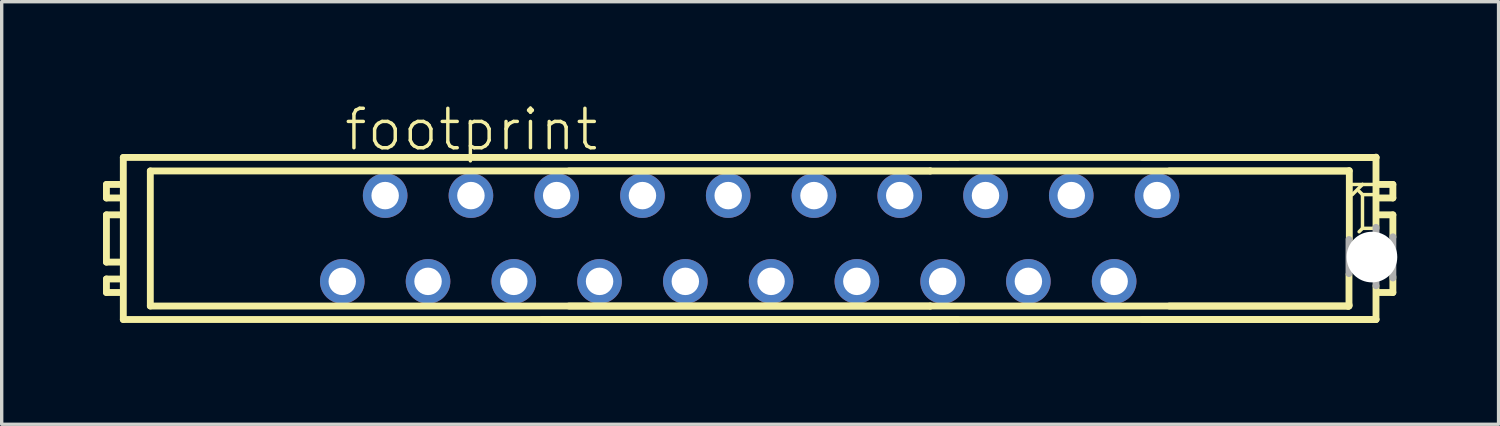
<source format=kicad_pcb>
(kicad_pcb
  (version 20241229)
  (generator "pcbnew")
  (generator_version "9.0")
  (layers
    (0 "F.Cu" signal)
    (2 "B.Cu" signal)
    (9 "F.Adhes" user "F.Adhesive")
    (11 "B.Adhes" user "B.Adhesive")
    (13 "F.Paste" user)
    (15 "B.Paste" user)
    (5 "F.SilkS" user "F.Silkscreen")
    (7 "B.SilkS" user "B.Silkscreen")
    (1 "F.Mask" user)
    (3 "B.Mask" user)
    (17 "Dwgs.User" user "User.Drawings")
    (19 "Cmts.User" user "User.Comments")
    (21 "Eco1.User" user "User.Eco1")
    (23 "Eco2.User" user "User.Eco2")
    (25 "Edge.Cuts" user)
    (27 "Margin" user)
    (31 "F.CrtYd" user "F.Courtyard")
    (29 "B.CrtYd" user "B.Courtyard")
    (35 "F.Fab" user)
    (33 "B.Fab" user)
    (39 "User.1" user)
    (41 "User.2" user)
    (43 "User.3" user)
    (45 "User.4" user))
  (footprint "footprint"
    (layer "F.Cu")
    (at 19.152 4.013)
    (property "Reference" "footprint" (at -12.065 -2.54 0) (layer "F.SilkS") (effects (font (size 1.168 1.168) (thickness 0.102)) (justify left bottom)))
    (fp_line (start -19.05 -1.6) (end -19.05 -1.2) (stroke (width 0.203) (type solid)) (layer "F.SilkS"))
    (fp_line (start -19.05 -1.2) (end -18.65 -1.2) (stroke (width 0.203) (type solid)) (layer "F.SilkS"))
    (fp_line (start -19.05 -0.7) (end -19.05 0.7) (stroke (width 0.203) (type solid)) (layer "F.SilkS"))
    (fp_line (start -19.05 0.7) (end -18.65 0.7) (stroke (width 0.203) (type solid)) (layer "F.SilkS"))
    (fp_line (start -19.05 1.2) (end -19.05 1.6) (stroke (width 0.203) (type solid)) (layer "F.SilkS"))
    (fp_line (start -19.05 1.6) (end -18.65 1.6) (stroke (width 0.203) (type solid)) (layer "F.SilkS"))
    (fp_line (start -18.65 -1.6) (end -19.05 -1.6) (stroke (width 0.203) (type solid)) (layer "F.SilkS"))
    (fp_line (start -18.65 -0.7) (end -19.05 -0.7) (stroke (width 0.203) (type solid)) (layer "F.SilkS"))
    (fp_line (start -18.65 1.2) (end -19.05 1.2) (stroke (width 0.203) (type solid)) (layer "F.SilkS"))
    (fp_line (start -18.55 -2.4) (end -18.55 2.4) (stroke (width 0.203) (type solid)) (layer "F.SilkS"))
    (fp_line (start -18.55 -2.4) (end 6.15 -2.4) (stroke (width 0.203) (type solid)) (layer "F.SilkS"))
    (fp_line (start -18.55 2.4) (end 6.15 2.4) (stroke (width 0.203) (type solid)) (layer "F.SilkS"))
    (fp_line (start -17.75 -2) (end -17.75 2) (stroke (width 0.203) (type solid)) (layer "F.SilkS"))
    (fp_line (start -17.75 -2) (end 5.35 -2) (stroke (width 0.203) (type solid)) (layer "F.SilkS"))
    (fp_line (start -17.75 2) (end 5.35 2) (stroke (width 0.203) (type solid)) (layer "F.SilkS"))
    (fp_line (start 5.35 -2) (end -5.35 -2) (stroke (width 0.203) (type solid)) (layer "F.SilkS"))
    (fp_line (start 5.35 2) (end -5.35 2) (stroke (width 0.203) (type solid)) (layer "F.SilkS"))
    (fp_line (start 6.15 -2.4) (end -6.15 -2.4) (stroke (width 0.203) (type solid)) (layer "F.SilkS"))
    (fp_line (start 6.15 2.4) (end -6.15 2.4) (stroke (width 0.203) (type solid)) (layer "F.SilkS"))
    (fp_line (start 17.73 2.01) (end 17.75 1.96) (stroke (width 0.203) (type solid)) (layer "F.SilkS"))
    (fp_line (start 17.75 -2) (end 5.35 -2) (stroke (width 0.203) (type solid)) (layer "F.SilkS"))
    (fp_line (start 17.75 -2) (end 12.43 -2) (stroke (width 0.203) (type solid)) (layer "F.SilkS"))
    (fp_line (start 17.75 1.96) (end 17.75 1.07) (stroke (width 0.203) (type solid)) (layer "F.SilkS"))
    (fp_line (start 17.75 2) (end 5.35 2) (stroke (width 0.203) (type solid)) (layer "F.SilkS"))
    (fp_line (start 17.75 2) (end 12.43 2) (stroke (width 0.203) (type solid)) (layer "F.SilkS"))
    (fp_line (start 17.76 -2.01) (end 17.76 0.02) (stroke (width 0.203) (type solid)) (layer "F.SilkS"))
    (fp_line (start 18.05 -1.4) (end 18.15 -1.3) (stroke (width 0.102) (type solid)) (layer "F.SilkS"))
    (fp_line (start 18.05 -0.2) (end 18.15 -0.3) (stroke (width 0.102) (type solid)) (layer "F.SilkS"))
    (fp_line (start 18.15 -1.6) (end 17.85 -1.6) (stroke (width 0.102) (type solid)) (layer "F.SilkS"))
    (fp_line (start 18.15 -1.6) (end 17.85 -1.3) (stroke (width 0.102) (type solid)) (layer "F.SilkS"))
    (fp_line (start 18.15 -1.3) (end 18.15 -0.3) (stroke (width 0.102) (type solid)) (layer "F.SilkS"))
    (fp_line (start 18.15 -0.3) (end 18.45 -0.3) (stroke (width 0.102) (type solid)) (layer "F.SilkS"))
    (fp_line (start 18.45 -1.6) (end 18.15 -1.6) (stroke (width 0.102) (type solid)) (layer "F.SilkS"))
    (fp_line (start 18.45 -1.3) (end 18.15 -1.3) (stroke (width 0.102) (type solid)) (layer "F.SilkS"))
    (fp_line (start 18.55 -2.41) (end 18.55 -0.3) (stroke (width 0.203) (type solid)) (layer "F.SilkS"))
    (fp_line (start 18.55 -2.4) (end 6.15 -2.4) (stroke (width 0.203) (type solid)) (layer "F.SilkS"))
    (fp_line (start 18.55 -2.4) (end 11.63 -2.4) (stroke (width 0.203) (type solid)) (layer "F.SilkS"))
    (fp_line (start 18.55 2.39) (end 18.55 1.4) (stroke (width 0.203) (type solid)) (layer "F.SilkS"))
    (fp_line (start 18.55 2.4) (end 6.15 2.4) (stroke (width 0.203) (type solid)) (layer "F.SilkS"))
    (fp_line (start 18.55 2.4) (end 11.63 2.4) (stroke (width 0.203) (type solid)) (layer "F.SilkS"))
    (fp_line (start 18.65 -1.2) (end 19.05 -1.2) (stroke (width 0.203) (type solid)) (layer "F.SilkS"))
    (fp_line (start 18.65 1.6) (end 19.05 1.6) (stroke (width 0.203) (type solid)) (layer "F.SilkS"))
    (fp_line (start 19.05 -1.6) (end 18.65 -1.6) (stroke (width 0.203) (type solid)) (layer "F.SilkS"))
    (fp_line (start 19.05 -1.2) (end 19.05 -1.6) (stroke (width 0.203) (type solid)) (layer "F.SilkS"))
    (fp_line (start 19.05 -0.7) (end 18.65 -0.7) (stroke (width 0.203) (type solid)) (layer "F.SilkS"))
    (fp_line (start 19.05 -0.04) (end 19.05 -0.7) (stroke (width 0.203) (type solid)) (layer "F.SilkS"))
    (fp_line (start 19.05 1.6) (end 19.05 1.13) (stroke (width 0.203) (type solid)) (layer "F.SilkS"))
    (fp_line (start 17.75 0.03) (end 17.75 1.04) (stroke (width 0.203) (type solid)) (layer "F.Fab"))
    (fp_line (start 18.55 1.4) (end 18.55 -0.33) (stroke (width 0.203) (type solid)) (layer "F.Fab"))
    (fp_line (start 19.05 -0.05) (end 19.05 1.17) (stroke (width 0.203) (type solid)) (layer "F.Fab"))
    (pad "" np_thru_hole circle (at 18.43 0.55) (size 1.5 1.5) (drill 1.5) (layers "*.Cu" "*.Mask"))
    (pad "1" thru_hole circle (at 12.065 -1.27) (size 1.321 1.321) (drill 0.813) (layers "*.Cu" "*.Mask"))
    (pad "2" thru_hole circle (at 10.795 1.27) (size 1.321 1.321) (drill 0.813) (layers "*.Cu" "*.Mask"))
    (pad "3" thru_hole circle (at 9.525 -1.27) (size 1.321 1.321) (drill 0.813) (layers "*.Cu" "*.Mask"))
    (pad "4" thru_hole circle (at 8.255 1.27) (size 1.321 1.321) (drill 0.813) (layers "*.Cu" "*.Mask"))
    (pad "5" thru_hole circle (at 6.985 -1.27) (size 1.321 1.321) (drill 0.813) (layers "*.Cu" "*.Mask"))
    (pad "6" thru_hole circle (at 5.715 1.27) (size 1.321 1.321) (drill 0.813) (layers "*.Cu" "*.Mask"))
    (pad "7" thru_hole circle (at 4.445 -1.27) (size 1.321 1.321) (drill 0.813) (layers "*.Cu" "*.Mask"))
    (pad "8" thru_hole circle (at 3.175 1.27) (size 1.321 1.321) (drill 0.813) (layers "*.Cu" "*.Mask"))
    (pad "9" thru_hole circle (at 1.905 -1.27) (size 1.321 1.321) (drill 0.813) (layers "*.Cu" "*.Mask"))
    (pad "10" thru_hole circle (at 0.635 1.27) (size 1.321 1.321) (drill 0.813) (layers "*.Cu" "*.Mask"))
    (pad "11" thru_hole circle (at -0.635 -1.27) (size 1.321 1.321) (drill 0.813) (layers "*.Cu" "*.Mask"))
    (pad "12" thru_hole circle (at -1.905 1.27) (size 1.321 1.321) (drill 0.813) (layers "*.Cu" "*.Mask"))
    (pad "13" thru_hole circle (at -3.175 -1.27) (size 1.321 1.321) (drill 0.813) (layers "*.Cu" "*.Mask"))
    (pad "14" thru_hole circle (at -4.445 1.27) (size 1.321 1.321) (drill 0.813) (layers "*.Cu" "*.Mask"))
    (pad "15" thru_hole circle (at -5.715 -1.27) (size 1.321 1.321) (drill 0.813) (layers "*.Cu" "*.Mask"))
    (pad "16" thru_hole circle (at -6.985 1.27) (size 1.321 1.321) (drill 0.813) (layers "*.Cu" "*.Mask"))
    (pad "17" thru_hole circle (at -8.255 -1.27) (size 1.321 1.321) (drill 0.813) (layers "*.Cu" "*.Mask"))
    (pad "18" thru_hole circle (at -9.525 1.27) (size 1.321 1.321) (drill 0.813) (layers "*.Cu" "*.Mask"))
    (pad "19" thru_hole circle (at -10.795 -1.27) (size 1.321 1.321) (drill 0.813) (layers "*.Cu" "*.Mask"))
    (pad "20" thru_hole circle (at -12.065 1.27) (size 1.321 1.321) (drill 0.813) (layers "*.Cu" "*.Mask")))
  (gr_rect
    (start -3 -3)
    (end 41.332 9.515)
    (stroke (width 0.1) (type default))
    (fill no)
    (layer "Edge.Cuts")))
</source>
